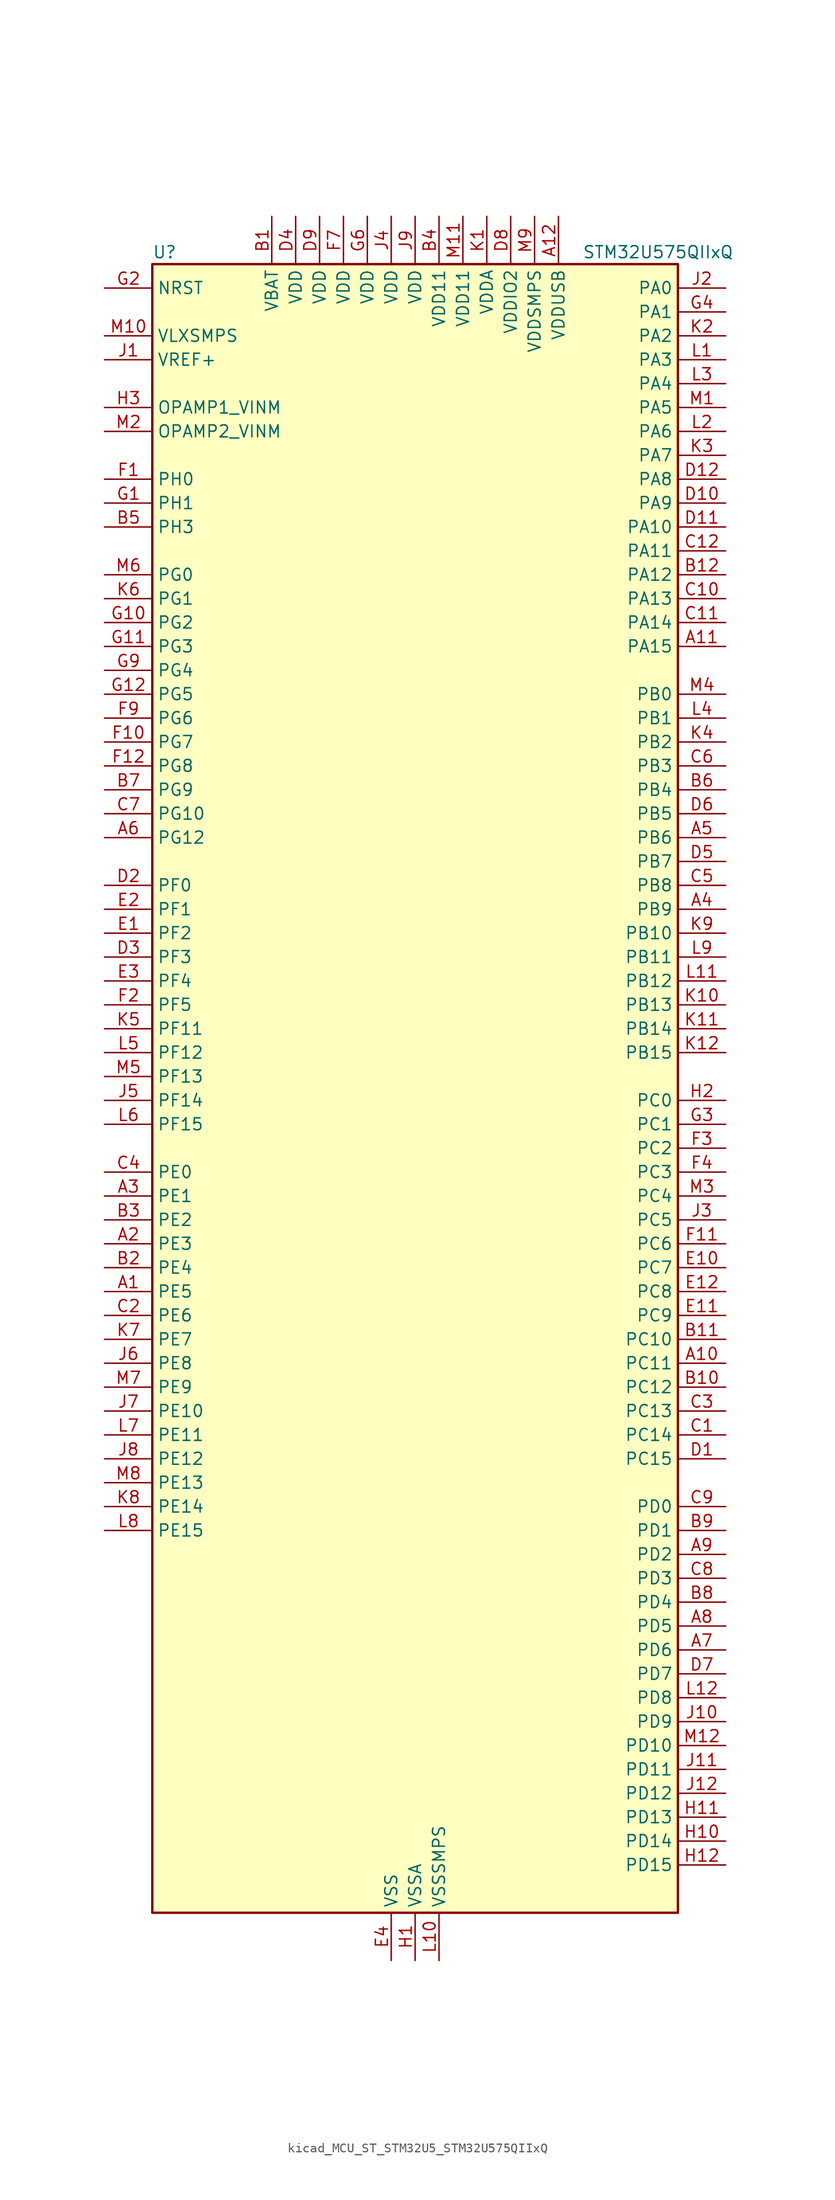
<source format=kicad_sym>
(kicad_symbol_lib
  (version 20220914)
  (generator kicad_symbol_editor)
  (symbol "kicad_MCU_ST_STM32U5_STM32U575QIIxQ"
    (property "Reference" "U"
      (at -27.94 90.17 0)
      (effects (font (size 1.27 1.27)) (justify left)))
    (property "Value" "STM32U575QIIxQ"
      (at 17.78 90.17 0)
      (effects (font (size 1.27 1.27)) (justify left)))
    (property "ki_locked" ""
      (at 0 0 0)
      (effects (font (size 1.27 1.27))))
    (symbol "kicad_MCU_ST_STM32U5_STM32U575QIIxQ_0_1"
      (rectangle (start -27.94 -86.36) (end 27.94 88.9) (stroke (width 0.254) (type default)) (fill (type background))))
    (symbol "kicad_MCU_ST_STM32U5_STM32U575QIIxQ_1_1"
      (pin bidirectional line (at -33.02 -20.32 0) (length 5.08) (name "PE5" (effects (font (size 1.27 1.27)))) (number "A1" (effects (font (size 1.27 1.27)))) (alternate "DCMI_D6" bidirectional line) (alternate "DEBUG_TRACED2" bidirectional line) (alternate "FMC_A21" bidirectional line) (alternate "MDF1_CKI3" bidirectional line) (alternate "PSSI_D6" bidirectional line) (alternate "PWR_WKUP2" bidirectional line) (alternate "SAI1_CK2" bidirectional line) (alternate "SAI1_SCK_A" bidirectional line) (alternate "TAMP_IN8" bidirectional line) (alternate "TAMP_OUT7" bidirectional line) (alternate "TIM3_CH3" bidirectional line) (alternate "TSC_G7_IO4" bidirectional line))
      (pin bidirectional line (at 33.02 -27.94 180) (length 5.08) (name "PC11" (effects (font (size 1.27 1.27)))) (number "A10" (effects (font (size 1.27 1.27)))) (alternate "ADC1_EXTI11" bidirectional line) (alternate "ADF1_SDI0" bidirectional line) (alternate "DCMI_D2" bidirectional line) (alternate "DCMI_D4" bidirectional line) (alternate "LPTIM3_IN1" bidirectional line) (alternate "OCTOSPIM_P1_NCS" bidirectional line) (alternate "PSSI_D2" bidirectional line) (alternate "PSSI_D4" bidirectional line) (alternate "SAI2_MCLK_B" bidirectional line) (alternate "SDMMC1_D3" bidirectional line) (alternate "SPI3_MISO" bidirectional line) (alternate "TSC_G3_IO3" bidirectional line) (alternate "UART4_RX" bidirectional line) (alternate "UCPD1_FRSTX2" bidirectional line) (alternate "USART3_RX" bidirectional line))
      (pin bidirectional line (at 33.02 48.26 180) (length 5.08) (name "PA15" (effects (font (size 1.27 1.27)))) (number "A11" (effects (font (size 1.27 1.27)))) (alternate "ADC1_EXTI15" bidirectional line) (alternate "ADC4_EXTI15" bidirectional line) (alternate "DEBUG_JTDI" bidirectional line) (alternate "SAI2_FS_B" bidirectional line) (alternate "SPI1_NSS" bidirectional line) (alternate "SPI3_NSS" bidirectional line) (alternate "TIM2_CH1" bidirectional line) (alternate "TIM2_ETR" bidirectional line) (alternate "UART4_DE" bidirectional line) (alternate "UART4_RTS" bidirectional line) (alternate "UCPD1_CC1" bidirectional line) (alternate "USART2_RX" bidirectional line) (alternate "USART3_DE" bidirectional line) (alternate "USART3_RTS" bidirectional line))
      (pin power_in line (at 15.24 93.98 270) (length 5.08) (name "VDDUSB" (effects (font (size 1.27 1.27)))) (number "A12" (effects (font (size 1.27 1.27)))))
      (pin bidirectional line (at -33.02 -15.24 0) (length 5.08) (name "PE3" (effects (font (size 1.27 1.27)))) (number "A2" (effects (font (size 1.27 1.27)))) (alternate "DEBUG_TRACED0" bidirectional line) (alternate "FMC_A19" bidirectional line) (alternate "OCTOSPIM_P1_DQS" bidirectional line) (alternate "SAI1_SD_B" bidirectional line) (alternate "TAMP_IN6" bidirectional line) (alternate "TAMP_OUT3" bidirectional line) (alternate "TIM3_CH1" bidirectional line) (alternate "TSC_G7_IO2" bidirectional line))
      (pin bidirectional line (at -33.02 -10.16 0) (length 5.08) (name "PE1" (effects (font (size 1.27 1.27)))) (number "A3" (effects (font (size 1.27 1.27)))) (alternate "DCMI_D3" bidirectional line) (alternate "FMC_NBL1" bidirectional line) (alternate "PSSI_D3" bidirectional line) (alternate "TIM17_CH1" bidirectional line))
      (pin bidirectional line (at 33.02 20.32 180) (length 5.08) (name "PB9" (effects (font (size 1.27 1.27)))) (number "A4" (effects (font (size 1.27 1.27)))) (alternate "DAC1_EXTI9" bidirectional line) (alternate "DCMI_D7" bidirectional line) (alternate "FDCAN1_TX" bidirectional line) (alternate "I2C1_SDA" bidirectional line) (alternate "IR_OUT" bidirectional line) (alternate "PSSI_D7" bidirectional line) (alternate "SAI1_D2" bidirectional line) (alternate "SAI1_FS_A" bidirectional line) (alternate "SDMMC1_CDIR" bidirectional line) (alternate "SDMMC1_D5" bidirectional line) (alternate "SDMMC2_D5" bidirectional line) (alternate "SPI2_NSS" bidirectional line) (alternate "TIM17_CH1" bidirectional line) (alternate "TIM4_CH4" bidirectional line))
      (pin bidirectional line (at 33.02 27.94 180) (length 5.08) (name "PB6" (effects (font (size 1.27 1.27)))) (number "A5" (effects (font (size 1.27 1.27)))) (alternate "COMP2_INP" bidirectional line) (alternate "DCMI_D5" bidirectional line) (alternate "I2C1_SCL" bidirectional line) (alternate "I2C4_SCL" bidirectional line) (alternate "LPTIM1_ETR" bidirectional line) (alternate "MDF1_SDI5" bidirectional line) (alternate "PSSI_D5" bidirectional line) (alternate "PWR_WKUP3" bidirectional line) (alternate "SAI1_FS_B" bidirectional line) (alternate "TIM16_CH1N" bidirectional line) (alternate "TIM4_CH1" bidirectional line) (alternate "TIM8_BKIN2" bidirectional line) (alternate "TSC_G2_IO3" bidirectional line) (alternate "USART1_TX" bidirectional line))
      (pin bidirectional line (at -33.02 27.94 0) (length 5.08) (name "PG12" (effects (font (size 1.27 1.27)))) (number "A6" (effects (font (size 1.27 1.27)))) (alternate "FMC_NE4" bidirectional line) (alternate "LPTIM1_ETR" bidirectional line) (alternate "OCTOSPIM_P2_NCS" bidirectional line) (alternate "SAI2_SD_A" bidirectional line) (alternate "SPI3_NSS" bidirectional line) (alternate "USART1_DE" bidirectional line) (alternate "USART1_RTS" bidirectional line))
      (pin bidirectional line (at 33.02 -58.42 180) (length 5.08) (name "PD6" (effects (font (size 1.27 1.27)))) (number "A7" (effects (font (size 1.27 1.27)))) (alternate "DCMI_D10" bidirectional line) (alternate "FMC_NWAIT" bidirectional line) (alternate "MDF1_SDI1" bidirectional line) (alternate "OCTOSPIM_P1_IO6" bidirectional line) (alternate "PSSI_D10" bidirectional line) (alternate "SAI1_D1" bidirectional line) (alternate "SAI1_SD_A" bidirectional line) (alternate "SDMMC2_CK" bidirectional line) (alternate "SPI3_MOSI" bidirectional line) (alternate "USART2_RX" bidirectional line))
      (pin bidirectional line (at 33.02 -55.88 180) (length 5.08) (name "PD5" (effects (font (size 1.27 1.27)))) (number "A8" (effects (font (size 1.27 1.27)))) (alternate "FMC_NWE" bidirectional line) (alternate "OCTOSPIM_P1_IO5" bidirectional line) (alternate "SPI2_RDY" bidirectional line) (alternate "USART2_TX" bidirectional line))
      (pin bidirectional line (at 33.02 -48.26 180) (length 5.08) (name "PD2" (effects (font (size 1.27 1.27)))) (number "A9" (effects (font (size 1.27 1.27)))) (alternate "DCMI_D11" bidirectional line) (alternate "DEBUG_TRACED2" bidirectional line) (alternate "LPTIM4_ETR" bidirectional line) (alternate "PSSI_D11" bidirectional line) (alternate "SDMMC1_CMD" bidirectional line) (alternate "TIM3_ETR" bidirectional line) (alternate "TSC_SYNC" bidirectional line) (alternate "UART5_RX" bidirectional line) (alternate "USART3_DE" bidirectional line) (alternate "USART3_RTS" bidirectional line))
      (pin power_in line (at -15.24 93.98 270) (length 5.08) (name "VBAT" (effects (font (size 1.27 1.27)))) (number "B1" (effects (font (size 1.27 1.27)))))
      (pin bidirectional line (at 33.02 -30.48 180) (length 5.08) (name "PC12" (effects (font (size 1.27 1.27)))) (number "B10" (effects (font (size 1.27 1.27)))) (alternate "DCMI_D9" bidirectional line) (alternate "DEBUG_TRACED3" bidirectional line) (alternate "PSSI_D9" bidirectional line) (alternate "SAI2_SD_B" bidirectional line) (alternate "SDMMC1_CK" bidirectional line) (alternate "SPI3_MOSI" bidirectional line) (alternate "TSC_G3_IO4" bidirectional line) (alternate "UART5_TX" bidirectional line) (alternate "USART3_CK" bidirectional line))
      (pin bidirectional line (at 33.02 -25.4 180) (length 5.08) (name "PC10" (effects (font (size 1.27 1.27)))) (number "B11" (effects (font (size 1.27 1.27)))) (alternate "ADF1_CCK1" bidirectional line) (alternate "DCMI_D8" bidirectional line) (alternate "DEBUG_TRACED1" bidirectional line) (alternate "LPTIM3_ETR" bidirectional line) (alternate "PSSI_D8" bidirectional line) (alternate "SAI2_SCK_B" bidirectional line) (alternate "SDMMC1_D2" bidirectional line) (alternate "SPI3_SCK" bidirectional line) (alternate "TSC_G3_IO2" bidirectional line) (alternate "UART4_TX" bidirectional line) (alternate "USART3_TX" bidirectional line))
      (pin bidirectional line (at 33.02 55.88 180) (length 5.08) (name "PA12" (effects (font (size 1.27 1.27)))) (number "B12" (effects (font (size 1.27 1.27)))) (alternate "FDCAN1_TX" bidirectional line) (alternate "OCTOSPIM_P2_NCS" bidirectional line) (alternate "SPI1_MOSI" bidirectional line) (alternate "TIM1_ETR" bidirectional line) (alternate "USART1_DE" bidirectional line) (alternate "USART1_RTS" bidirectional line) (alternate "USB_OTG_FS_DP" bidirectional line))
      (pin bidirectional line (at -33.02 -17.78 0) (length 5.08) (name "PE4" (effects (font (size 1.27 1.27)))) (number "B2" (effects (font (size 1.27 1.27)))) (alternate "DCMI_D4" bidirectional line) (alternate "DEBUG_TRACED1" bidirectional line) (alternate "FMC_A20" bidirectional line) (alternate "MDF1_SDI3" bidirectional line) (alternate "PSSI_D4" bidirectional line) (alternate "PWR_WKUP1" bidirectional line) (alternate "SAI1_D2" bidirectional line) (alternate "SAI1_FS_A" bidirectional line) (alternate "TAMP_IN7" bidirectional line) (alternate "TAMP_OUT8" bidirectional line) (alternate "TIM3_CH2" bidirectional line) (alternate "TSC_G7_IO3" bidirectional line))
      (pin bidirectional line (at -33.02 -12.7 0) (length 5.08) (name "PE2" (effects (font (size 1.27 1.27)))) (number "B3" (effects (font (size 1.27 1.27)))) (alternate "DEBUG_TRACECLK" bidirectional line) (alternate "FMC_A23" bidirectional line) (alternate "SAI1_CK1" bidirectional line) (alternate "SAI1_MCLK_A" bidirectional line) (alternate "TIM3_ETR" bidirectional line) (alternate "TSC_G7_IO1" bidirectional line))
      (pin power_in line (at 2.54 93.98 270) (length 5.08) (name "VDD11" (effects (font (size 1.27 1.27)))) (number "B4" (effects (font (size 1.27 1.27)))))
      (pin bidirectional line (at -33.02 60.96 0) (length 5.08) (name "PH3" (effects (font (size 1.27 1.27)))) (number "B5" (effects (font (size 1.27 1.27)))))
      (pin bidirectional line (at 33.02 33.02 180) (length 5.08) (name "PB4" (effects (font (size 1.27 1.27)))) (number "B6" (effects (font (size 1.27 1.27)))) (alternate "ADF1_SDI0" bidirectional line) (alternate "COMP2_INP" bidirectional line) (alternate "DCMI_D12" bidirectional line) (alternate "DEBUG_JTRST" bidirectional line) (alternate "I2C3_SDA" bidirectional line) (alternate "LPTIM1_CH2" bidirectional line) (alternate "PSSI_D12" bidirectional line) (alternate "SAI1_MCLK_B" bidirectional line) (alternate "SDMMC2_D3" bidirectional line) (alternate "SPI1_MISO" bidirectional line) (alternate "SPI3_MISO" bidirectional line) (alternate "TIM17_BKIN" bidirectional line) (alternate "TIM3_CH1" bidirectional line) (alternate "TSC_G2_IO1" bidirectional line) (alternate "UART5_DE" bidirectional line) (alternate "UART5_RTS" bidirectional line) (alternate "USART1_CTS" bidirectional line))
      (pin bidirectional line (at -33.02 33.02 0) (length 5.08) (name "PG9" (effects (font (size 1.27 1.27)))) (number "B7" (effects (font (size 1.27 1.27)))) (alternate "DAC1_EXTI9" bidirectional line) (alternate "FMC_NCE" bidirectional line) (alternate "FMC_NE2" bidirectional line) (alternate "OCTOSPIM_P2_IO6" bidirectional line) (alternate "SAI2_SCK_A" bidirectional line) (alternate "SPI3_SCK" bidirectional line) (alternate "TIM15_CH1N" bidirectional line) (alternate "USART1_TX" bidirectional line))
      (pin bidirectional line (at 33.02 -53.34 180) (length 5.08) (name "PD4" (effects (font (size 1.27 1.27)))) (number "B8" (effects (font (size 1.27 1.27)))) (alternate "FMC_NOE" bidirectional line) (alternate "MDF1_CKI0" bidirectional line) (alternate "OCTOSPIM_P1_IO4" bidirectional line) (alternate "SPI2_MOSI" bidirectional line) (alternate "USART2_DE" bidirectional line) (alternate "USART2_RTS" bidirectional line))
      (pin bidirectional line (at 33.02 -45.72 180) (length 5.08) (name "PD1" (effects (font (size 1.27 1.27)))) (number "B9" (effects (font (size 1.27 1.27)))) (alternate "FDCAN1_TX" bidirectional line) (alternate "FMC_D3" bidirectional line) (alternate "FMC_DA3" bidirectional line) (alternate "SPI2_SCK" bidirectional line))
      (pin bidirectional line (at 33.02 -35.56 180) (length 5.08) (name "PC14" (effects (font (size 1.27 1.27)))) (number "C1" (effects (font (size 1.27 1.27)))) (alternate "RCC_OSC32_IN" bidirectional line))
      (pin bidirectional line (at 33.02 53.34 180) (length 5.08) (name "PA13" (effects (font (size 1.27 1.27)))) (number "C10" (effects (font (size 1.27 1.27)))) (alternate "DEBUG_JTMS-SWDIO" bidirectional line) (alternate "IR_OUT" bidirectional line) (alternate "SAI1_SD_B" bidirectional line) (alternate "USB_OTG_FS_NOE" bidirectional line))
      (pin bidirectional line (at 33.02 50.8 180) (length 5.08) (name "PA14" (effects (font (size 1.27 1.27)))) (number "C11" (effects (font (size 1.27 1.27)))) (alternate "DEBUG_JTCK-SWCLK" bidirectional line) (alternate "I2C1_SMBA" bidirectional line) (alternate "I2C4_SMBA" bidirectional line) (alternate "LPTIM1_CH1" bidirectional line) (alternate "SAI1_FS_B" bidirectional line) (alternate "USB_OTG_FS_SOF" bidirectional line))
      (pin bidirectional line (at 33.02 58.42 180) (length 5.08) (name "PA11" (effects (font (size 1.27 1.27)))) (number "C12" (effects (font (size 1.27 1.27)))) (alternate "ADC1_EXTI11" bidirectional line) (alternate "FDCAN1_RX" bidirectional line) (alternate "SPI1_MISO" bidirectional line) (alternate "TIM1_BKIN2" bidirectional line) (alternate "TIM1_CH4" bidirectional line) (alternate "USART1_CTS" bidirectional line) (alternate "USB_OTG_FS_DM" bidirectional line))
      (pin bidirectional line (at -33.02 -22.86 0) (length 5.08) (name "PE6" (effects (font (size 1.27 1.27)))) (number "C2" (effects (font (size 1.27 1.27)))) (alternate "DCMI_D7" bidirectional line) (alternate "DEBUG_TRACED3" bidirectional line) (alternate "FMC_A22" bidirectional line) (alternate "PSSI_D7" bidirectional line) (alternate "PWR_WKUP3" bidirectional line) (alternate "SAI1_D1" bidirectional line) (alternate "SAI1_SD_A" bidirectional line) (alternate "TAMP_IN3" bidirectional line) (alternate "TAMP_OUT6" bidirectional line) (alternate "TIM3_CH4" bidirectional line))
      (pin bidirectional line (at 33.02 -33.02 180) (length 5.08) (name "PC13" (effects (font (size 1.27 1.27)))) (number "C3" (effects (font (size 1.27 1.27)))) (alternate "PWR_WKUP2" bidirectional line) (alternate "RTC_OUT1" bidirectional line) (alternate "RTC_TS" bidirectional line) (alternate "TAMP_IN1" bidirectional line) (alternate "TAMP_OUT2" bidirectional line))
      (pin bidirectional line (at -33.02 -7.62 0) (length 5.08) (name "PE0" (effects (font (size 1.27 1.27)))) (number "C4" (effects (font (size 1.27 1.27)))) (alternate "DCMI_D2" bidirectional line) (alternate "FMC_NBL0" bidirectional line) (alternate "PSSI_D2" bidirectional line) (alternate "TIM16_CH1" bidirectional line) (alternate "TIM4_ETR" bidirectional line))
      (pin bidirectional line (at 33.02 22.86 180) (length 5.08) (name "PB8" (effects (font (size 1.27 1.27)))) (number "C5" (effects (font (size 1.27 1.27)))) (alternate "DCMI_D6" bidirectional line) (alternate "FDCAN1_RX" bidirectional line) (alternate "I2C1_SCL" bidirectional line) (alternate "MDF1_CCK0" bidirectional line) (alternate "PSSI_D6" bidirectional line) (alternate "PWR_WKUP5" bidirectional line) (alternate "SAI1_CK1" bidirectional line) (alternate "SAI1_MCLK_A" bidirectional line) (alternate "SDMMC1_CKIN" bidirectional line) (alternate "SDMMC1_D4" bidirectional line) (alternate "SDMMC2_D4" bidirectional line) (alternate "SPI3_RDY" bidirectional line) (alternate "TIM16_CH1" bidirectional line) (alternate "TIM4_CH3" bidirectional line))
      (pin bidirectional line (at 33.02 35.56 180) (length 5.08) (name "PB3" (effects (font (size 1.27 1.27)))) (number "C6" (effects (font (size 1.27 1.27)))) (alternate "ADF1_CCK0" bidirectional line) (alternate "COMP2_INM" bidirectional line) (alternate "CRS_SYNC" bidirectional line) (alternate "DEBUG_JTDO-SWO" bidirectional line) (alternate "I2C1_SDA" bidirectional line) (alternate "LPTIM1_CH1" bidirectional line) (alternate "SAI1_SCK_B" bidirectional line) (alternate "SDMMC2_D2" bidirectional line) (alternate "SPI1_SCK" bidirectional line) (alternate "SPI3_SCK" bidirectional line) (alternate "TIM2_CH2" bidirectional line) (alternate "USART1_DE" bidirectional line) (alternate "USART1_RTS" bidirectional line))
      (pin bidirectional line (at -33.02 30.48 0) (length 5.08) (name "PG10" (effects (font (size 1.27 1.27)))) (number "C7" (effects (font (size 1.27 1.27)))) (alternate "FMC_NE3" bidirectional line) (alternate "LPTIM1_IN1" bidirectional line) (alternate "OCTOSPIM_P2_IO7" bidirectional line) (alternate "SAI2_FS_A" bidirectional line) (alternate "SPI3_MISO" bidirectional line) (alternate "TIM15_CH1" bidirectional line) (alternate "USART1_RX" bidirectional line))
      (pin bidirectional line (at 33.02 -50.8 180) (length 5.08) (name "PD3" (effects (font (size 1.27 1.27)))) (number "C8" (effects (font (size 1.27 1.27)))) (alternate "DCMI_D5" bidirectional line) (alternate "FMC_CLK" bidirectional line) (alternate "MDF1_SDI0" bidirectional line) (alternate "OCTOSPIM_P2_NCS" bidirectional line) (alternate "PSSI_D5" bidirectional line) (alternate "SPI2_MISO" bidirectional line) (alternate "SPI2_SCK" bidirectional line) (alternate "USART2_CTS" bidirectional line))
      (pin bidirectional line (at 33.02 -43.18 180) (length 5.08) (name "PD0" (effects (font (size 1.27 1.27)))) (number "C9" (effects (font (size 1.27 1.27)))) (alternate "FDCAN1_RX" bidirectional line) (alternate "FMC_D2" bidirectional line) (alternate "FMC_DA2" bidirectional line) (alternate "SPI2_NSS" bidirectional line) (alternate "TIM8_CH4N" bidirectional line))
      (pin bidirectional line (at 33.02 -38.1 180) (length 5.08) (name "PC15" (effects (font (size 1.27 1.27)))) (number "D1" (effects (font (size 1.27 1.27)))) (alternate "ADC1_EXTI15" bidirectional line) (alternate "ADC4_EXTI15" bidirectional line) (alternate "RCC_OSC32_OUT" bidirectional line))
      (pin bidirectional line (at 33.02 63.5 180) (length 5.08) (name "PA9" (effects (font (size 1.27 1.27)))) (number "D10" (effects (font (size 1.27 1.27)))) (alternate "DAC1_EXTI9" bidirectional line) (alternate "DCMI_D0" bidirectional line) (alternate "PSSI_D0" bidirectional line) (alternate "SAI1_FS_A" bidirectional line) (alternate "SPI2_SCK" bidirectional line) (alternate "TIM15_BKIN" bidirectional line) (alternate "TIM1_CH2" bidirectional line) (alternate "USART1_TX" bidirectional line) (alternate "USB_OTG_FS_VBUS" bidirectional line))
      (pin bidirectional line (at 33.02 60.96 180) (length 5.08) (name "PA10" (effects (font (size 1.27 1.27)))) (number "D11" (effects (font (size 1.27 1.27)))) (alternate "CRS_SYNC" bidirectional line) (alternate "DCMI_D1" bidirectional line) (alternate "LPTIM2_IN2" bidirectional line) (alternate "PSSI_D1" bidirectional line) (alternate "SAI1_D1" bidirectional line) (alternate "SAI1_SD_A" bidirectional line) (alternate "TIM17_BKIN" bidirectional line) (alternate "TIM1_CH3" bidirectional line) (alternate "USART1_RX" bidirectional line) (alternate "USB_OTG_FS_ID" bidirectional line))
      (pin bidirectional line (at 33.02 66.04 180) (length 5.08) (name "PA8" (effects (font (size 1.27 1.27)))) (number "D12" (effects (font (size 1.27 1.27)))) (alternate "DEBUG_TRACECLK" bidirectional line) (alternate "LPTIM2_CH1" bidirectional line) (alternate "RCC_MCO" bidirectional line) (alternate "SAI1_CK2" bidirectional line) (alternate "SAI1_SCK_A" bidirectional line) (alternate "SPI1_RDY" bidirectional line) (alternate "TIM1_CH1" bidirectional line) (alternate "USART1_CK" bidirectional line) (alternate "USB_OTG_FS_SOF" bidirectional line))
      (pin bidirectional line (at -33.02 22.86 0) (length 5.08) (name "PF0" (effects (font (size 1.27 1.27)))) (number "D2" (effects (font (size 1.27 1.27)))) (alternate "FMC_A0" bidirectional line) (alternate "I2C2_SDA" bidirectional line) (alternate "OCTOSPIM_P2_IO0" bidirectional line))
      (pin bidirectional line (at -33.02 15.24 0) (length 5.08) (name "PF3" (effects (font (size 1.27 1.27)))) (number "D3" (effects (font (size 1.27 1.27)))) (alternate "FMC_A3" bidirectional line) (alternate "LPTIM3_IN1" bidirectional line) (alternate "OCTOSPIM_P2_IO3" bidirectional line))
      (pin power_in line (at -12.7 93.98 270) (length 5.08) (name "VDD" (effects (font (size 1.27 1.27)))) (number "D4" (effects (font (size 1.27 1.27)))))
      (pin bidirectional line (at 33.02 25.4 180) (length 5.08) (name "PB7" (effects (font (size 1.27 1.27)))) (number "D5" (effects (font (size 1.27 1.27)))) (alternate "COMP2_INM" bidirectional line) (alternate "DCMI_VSYNC" bidirectional line) (alternate "FMC_NL" bidirectional line) (alternate "I2C1_SDA" bidirectional line) (alternate "I2C4_SDA" bidirectional line) (alternate "LPTIM1_IN2" bidirectional line) (alternate "MDF1_CKI5" bidirectional line) (alternate "PSSI_RDY" bidirectional line) (alternate "PWR_PVD_IN" bidirectional line) (alternate "PWR_WKUP4" bidirectional line) (alternate "TIM17_CH1N" bidirectional line) (alternate "TIM4_CH2" bidirectional line) (alternate "TIM8_BKIN" bidirectional line) (alternate "TSC_G2_IO4" bidirectional line) (alternate "UART4_CTS" bidirectional line) (alternate "USART1_RX" bidirectional line))
      (pin bidirectional line (at 33.02 30.48 180) (length 5.08) (name "PB5" (effects (font (size 1.27 1.27)))) (number "D6" (effects (font (size 1.27 1.27)))) (alternate "COMP2_OUT" bidirectional line) (alternate "DCMI_D10" bidirectional line) (alternate "I2C1_SMBA" bidirectional line) (alternate "LPTIM1_IN1" bidirectional line) (alternate "OCTOSPIM_P1_NCLK" bidirectional line) (alternate "PSSI_D10" bidirectional line) (alternate "PWR_WKUP6" bidirectional line) (alternate "SAI1_SD_B" bidirectional line) (alternate "SPI1_MOSI" bidirectional line) (alternate "SPI3_MOSI" bidirectional line) (alternate "TIM16_BKIN" bidirectional line) (alternate "TIM3_CH2" bidirectional line) (alternate "TSC_G2_IO2" bidirectional line) (alternate "UART5_CTS" bidirectional line) (alternate "UCPD1_DBCC1" bidirectional line) (alternate "USART1_CK" bidirectional line))
      (pin bidirectional line (at 33.02 -60.96 180) (length 5.08) (name "PD7" (effects (font (size 1.27 1.27)))) (number "D7" (effects (font (size 1.27 1.27)))) (alternate "FMC_NCE" bidirectional line) (alternate "FMC_NE1" bidirectional line) (alternate "LPTIM4_OUT" bidirectional line) (alternate "MDF1_CKI1" bidirectional line) (alternate "OCTOSPIM_P1_IO7" bidirectional line) (alternate "SDMMC2_CMD" bidirectional line) (alternate "USART2_CK" bidirectional line))
      (pin power_in line (at 10.16 93.98 270) (length 5.08) (name "VDDIO2" (effects (font (size 1.27 1.27)))) (number "D8" (effects (font (size 1.27 1.27)))))
      (pin power_in line (at -10.16 93.98 270) (length 5.08) (name "VDD" (effects (font (size 1.27 1.27)))) (number "D9" (effects (font (size 1.27 1.27)))))
      (pin bidirectional line (at -33.02 17.78 0) (length 5.08) (name "PF2" (effects (font (size 1.27 1.27)))) (number "E1" (effects (font (size 1.27 1.27)))) (alternate "FMC_A2" bidirectional line) (alternate "I2C2_SMBA" bidirectional line) (alternate "LPTIM3_CH2" bidirectional line) (alternate "OCTOSPIM_P2_IO2" bidirectional line) (alternate "PWR_WKUP8" bidirectional line))
      (pin bidirectional line (at 33.02 -17.78 180) (length 5.08) (name "PC7" (effects (font (size 1.27 1.27)))) (number "E10" (effects (font (size 1.27 1.27)))) (alternate "DCMI_D1" bidirectional line) (alternate "LPTIM2_CH2" bidirectional line) (alternate "MDF1_SDI3" bidirectional line) (alternate "PSSI_D1" bidirectional line) (alternate "PWR_CDSTOP" bidirectional line) (alternate "SAI2_MCLK_B" bidirectional line) (alternate "SDMMC1_D123DIR" bidirectional line) (alternate "SDMMC1_D7" bidirectional line) (alternate "SDMMC2_D7" bidirectional line) (alternate "TIM3_CH2" bidirectional line) (alternate "TIM8_CH2" bidirectional line) (alternate "TSC_G4_IO2" bidirectional line))
      (pin bidirectional line (at 33.02 -22.86 180) (length 5.08) (name "PC9" (effects (font (size 1.27 1.27)))) (number "E11" (effects (font (size 1.27 1.27)))) (alternate "DAC1_EXTI9" bidirectional line) (alternate "DCMI_D3" bidirectional line) (alternate "DEBUG_TRACED0" bidirectional line) (alternate "LPTIM3_CH2" bidirectional line) (alternate "PSSI_D3" bidirectional line) (alternate "SDMMC1_D1" bidirectional line) (alternate "TIM3_CH4" bidirectional line) (alternate "TIM8_BKIN2" bidirectional line) (alternate "TIM8_CH4" bidirectional line) (alternate "TSC_G4_IO4" bidirectional line) (alternate "USB_OTG_FS_NOE" bidirectional line))
      (pin bidirectional line (at 33.02 -20.32 180) (length 5.08) (name "PC8" (effects (font (size 1.27 1.27)))) (number "E12" (effects (font (size 1.27 1.27)))) (alternate "DCMI_D2" bidirectional line) (alternate "LPTIM3_CH1" bidirectional line) (alternate "PSSI_D2" bidirectional line) (alternate "PWR_SRDSTOP" bidirectional line) (alternate "SDMMC1_D0" bidirectional line) (alternate "TIM3_CH3" bidirectional line) (alternate "TIM8_CH3" bidirectional line) (alternate "TSC_G4_IO3" bidirectional line))
      (pin bidirectional line (at -33.02 20.32 0) (length 5.08) (name "PF1" (effects (font (size 1.27 1.27)))) (number "E2" (effects (font (size 1.27 1.27)))) (alternate "FMC_A1" bidirectional line) (alternate "I2C2_SCL" bidirectional line) (alternate "OCTOSPIM_P2_IO1" bidirectional line))
      (pin bidirectional line (at -33.02 12.7 0) (length 5.08) (name "PF4" (effects (font (size 1.27 1.27)))) (number "E3" (effects (font (size 1.27 1.27)))) (alternate "FMC_A4" bidirectional line) (alternate "LPTIM3_ETR" bidirectional line) (alternate "OCTOSPIM_P2_CLK" bidirectional line))
      (pin power_in line (at -2.54 -91.44 90) (length 5.08) (name "VSS" (effects (font (size 1.27 1.27)))) (number "E4" (effects (font (size 1.27 1.27)))))
      (pin passive line (at -2.54 -91.44 90) (length 5.08) hide (name "VSS" (effects (font (size 1.27 1.27)))) (number "E9" (effects (font (size 1.27 1.27)))))
      (pin bidirectional line (at -33.02 66.04 0) (length 5.08) (name "PH0" (effects (font (size 1.27 1.27)))) (number "F1" (effects (font (size 1.27 1.27)))) (alternate "RCC_OSC_IN" bidirectional line))
      (pin bidirectional line (at -33.02 38.1 0) (length 5.08) (name "PG7" (effects (font (size 1.27 1.27)))) (number "F10" (effects (font (size 1.27 1.27)))) (alternate "FMC_INT" bidirectional line) (alternate "I2C3_SCL" bidirectional line) (alternate "LPUART1_TX" bidirectional line) (alternate "MDF1_CCK0" bidirectional line) (alternate "OCTOSPIM_P2_DQS" bidirectional line) (alternate "SAI1_CK1" bidirectional line) (alternate "SAI1_MCLK_A" bidirectional line) (alternate "UCPD1_FRSTX2" bidirectional line))
      (pin bidirectional line (at 33.02 -15.24 180) (length 5.08) (name "PC6" (effects (font (size 1.27 1.27)))) (number "F11" (effects (font (size 1.27 1.27)))) (alternate "DCMI_D0" bidirectional line) (alternate "MDF1_CKI3" bidirectional line) (alternate "PSSI_D0" bidirectional line) (alternate "PWR_CSLEEP" bidirectional line) (alternate "SAI2_MCLK_A" bidirectional line) (alternate "SDMMC1_D0DIR" bidirectional line) (alternate "SDMMC1_D6" bidirectional line) (alternate "SDMMC2_D6" bidirectional line) (alternate "TIM3_CH1" bidirectional line) (alternate "TIM8_CH1" bidirectional line) (alternate "TSC_G4_IO1" bidirectional line))
      (pin bidirectional line (at -33.02 35.56 0) (length 5.08) (name "PG8" (effects (font (size 1.27 1.27)))) (number "F12" (effects (font (size 1.27 1.27)))) (alternate "I2C3_SDA" bidirectional line) (alternate "LPUART1_RX" bidirectional line))
      (pin bidirectional line (at -33.02 10.16 0) (length 5.08) (name "PF5" (effects (font (size 1.27 1.27)))) (number "F2" (effects (font (size 1.27 1.27)))) (alternate "FMC_A5" bidirectional line) (alternate "LPTIM3_CH1" bidirectional line) (alternate "OCTOSPIM_P2_NCLK" bidirectional line))
      (pin bidirectional line (at 33.02 -5.08 180) (length 5.08) (name "PC2" (effects (font (size 1.27 1.27)))) (number "F3" (effects (font (size 1.27 1.27)))) (alternate "ADC1_IN3" bidirectional line) (alternate "ADC4_IN3" bidirectional line) (alternate "LPTIM1_IN2" bidirectional line) (alternate "MDF1_CCK1" bidirectional line) (alternate "OCTOSPIM_P1_IO5" bidirectional line) (alternate "SPI2_MISO" bidirectional line))
      (pin bidirectional line (at 33.02 -7.62 180) (length 5.08) (name "PC3" (effects (font (size 1.27 1.27)))) (number "F4" (effects (font (size 1.27 1.27)))) (alternate "ADC1_IN4" bidirectional line) (alternate "ADC4_IN4" bidirectional line) (alternate "LPTIM1_ETR" bidirectional line) (alternate "LPTIM2_ETR" bidirectional line) (alternate "LPTIM3_CH1" bidirectional line) (alternate "OCTOSPIM_P1_IO6" bidirectional line) (alternate "SAI1_D1" bidirectional line) (alternate "SAI1_SD_A" bidirectional line) (alternate "SPI2_MOSI" bidirectional line))
      (pin passive line (at -2.54 -91.44 90) (length 5.08) hide (name "VSS" (effects (font (size 1.27 1.27)))) (number "F6" (effects (font (size 1.27 1.27)))))
      (pin power_in line (at -7.62 93.98 270) (length 5.08) (name "VDD" (effects (font (size 1.27 1.27)))) (number "F7" (effects (font (size 1.27 1.27)))))
      (pin bidirectional line (at -33.02 40.64 0) (length 5.08) (name "PG6" (effects (font (size 1.27 1.27)))) (number "F9" (effects (font (size 1.27 1.27)))) (alternate "I2C3_SMBA" bidirectional line) (alternate "LPUART1_DE" bidirectional line) (alternate "LPUART1_RTS" bidirectional line) (alternate "OCTOSPIM_P1_DQS" bidirectional line) (alternate "SPI1_RDY" bidirectional line) (alternate "UCPD1_FRSTX1" bidirectional line))
      (pin bidirectional line (at -33.02 63.5 0) (length 5.08) (name "PH1" (effects (font (size 1.27 1.27)))) (number "G1" (effects (font (size 1.27 1.27)))) (alternate "RCC_OSC_OUT" bidirectional line))
      (pin bidirectional line (at -33.02 50.8 0) (length 5.08) (name "PG2" (effects (font (size 1.27 1.27)))) (number "G10" (effects (font (size 1.27 1.27)))) (alternate "FMC_A12" bidirectional line) (alternate "SAI2_SCK_B" bidirectional line) (alternate "SPI1_SCK" bidirectional line))
      (pin bidirectional line (at -33.02 48.26 0) (length 5.08) (name "PG3" (effects (font (size 1.27 1.27)))) (number "G11" (effects (font (size 1.27 1.27)))) (alternate "FMC_A13" bidirectional line) (alternate "SAI2_FS_B" bidirectional line) (alternate "SPI1_MISO" bidirectional line))
      (pin bidirectional line (at -33.02 43.18 0) (length 5.08) (name "PG5" (effects (font (size 1.27 1.27)))) (number "G12" (effects (font (size 1.27 1.27)))) (alternate "FMC_A15" bidirectional line) (alternate "LPUART1_CTS" bidirectional line) (alternate "SAI2_SD_B" bidirectional line) (alternate "SPI1_NSS" bidirectional line))
      (pin input line (at -33.02 86.36 0) (length 5.08) (name "NRST" (effects (font (size 1.27 1.27)))) (number "G2" (effects (font (size 1.27 1.27)))))
      (pin bidirectional line (at 33.02 -2.54 180) (length 5.08) (name "PC1" (effects (font (size 1.27 1.27)))) (number "G3" (effects (font (size 1.27 1.27)))) (alternate "ADC1_IN2" bidirectional line) (alternate "ADC4_IN2" bidirectional line) (alternate "DEBUG_TRACED0" bidirectional line) (alternate "I2C3_SDA" bidirectional line) (alternate "LPTIM1_CH1" bidirectional line) (alternate "LPUART1_TX" bidirectional line) (alternate "MDF1_CKI4" bidirectional line) (alternate "OCTOSPIM_P1_IO4" bidirectional line) (alternate "SAI1_SD_A" bidirectional line) (alternate "SDMMC2_CK" bidirectional line) (alternate "SPI2_MOSI" bidirectional line))
      (pin bidirectional line (at 33.02 83.82 180) (length 5.08) (name "PA1" (effects (font (size 1.27 1.27)))) (number "G4" (effects (font (size 1.27 1.27)))) (alternate "ADC1_IN6" bidirectional line) (alternate "I2C1_SMBA" bidirectional line) (alternate "LPTIM1_CH2" bidirectional line) (alternate "OCTOSPIM_P1_DQS" bidirectional line) (alternate "OPAMP1_VINM" bidirectional line) (alternate "PWR_WKUP3" bidirectional line) (alternate "SPI1_SCK" bidirectional line) (alternate "TAMP_IN5" bidirectional line) (alternate "TAMP_OUT4" bidirectional line) (alternate "TIM15_CH1N" bidirectional line) (alternate "TIM2_CH2" bidirectional line) (alternate "TIM5_CH2" bidirectional line) (alternate "UART4_RX" bidirectional line) (alternate "USART2_DE" bidirectional line) (alternate "USART2_RTS" bidirectional line))
      (pin power_in line (at -5.08 93.98 270) (length 5.08) (name "VDD" (effects (font (size 1.27 1.27)))) (number "G6" (effects (font (size 1.27 1.27)))))
      (pin passive line (at -2.54 -91.44 90) (length 5.08) hide (name "VSS" (effects (font (size 1.27 1.27)))) (number "G7" (effects (font (size 1.27 1.27)))))
      (pin bidirectional line (at -33.02 45.72 0) (length 5.08) (name "PG4" (effects (font (size 1.27 1.27)))) (number "G9" (effects (font (size 1.27 1.27)))) (alternate "FMC_A14" bidirectional line) (alternate "SAI2_MCLK_B" bidirectional line) (alternate "SPI1_MOSI" bidirectional line))
      (pin power_in line (at 0 -91.44 90) (length 5.08) (name "VSSA" (effects (font (size 1.27 1.27)))) (number "H1" (effects (font (size 1.27 1.27)))))
      (pin bidirectional line (at 33.02 -78.74 180) (length 5.08) (name "PD14" (effects (font (size 1.27 1.27)))) (number "H10" (effects (font (size 1.27 1.27)))) (alternate "FMC_D0" bidirectional line) (alternate "FMC_DA0" bidirectional line) (alternate "LPTIM3_CH1" bidirectional line) (alternate "TIM4_CH3" bidirectional line))
      (pin bidirectional line (at 33.02 -76.2 180) (length 5.08) (name "PD13" (effects (font (size 1.27 1.27)))) (number "H11" (effects (font (size 1.27 1.27)))) (alternate "ADC4_IN17" bidirectional line) (alternate "FMC_A18" bidirectional line) (alternate "I2C4_SDA" bidirectional line) (alternate "LPTIM2_CH1" bidirectional line) (alternate "LPTIM4_IN1" bidirectional line) (alternate "TIM4_CH2" bidirectional line) (alternate "TSC_G6_IO4" bidirectional line))
      (pin bidirectional line (at 33.02 -81.28 180) (length 5.08) (name "PD15" (effects (font (size 1.27 1.27)))) (number "H12" (effects (font (size 1.27 1.27)))) (alternate "ADC1_EXTI15" bidirectional line) (alternate "ADC4_EXTI15" bidirectional line) (alternate "FMC_D1" bidirectional line) (alternate "FMC_DA1" bidirectional line) (alternate "LPTIM3_CH2" bidirectional line) (alternate "TIM4_CH4" bidirectional line))
      (pin bidirectional line (at 33.02 0 180) (length 5.08) (name "PC0" (effects (font (size 1.27 1.27)))) (number "H2" (effects (font (size 1.27 1.27)))) (alternate "ADC1_IN1" bidirectional line) (alternate "ADC4_IN1" bidirectional line) (alternate "I2C3_SCL" bidirectional line) (alternate "LPTIM1_IN1" bidirectional line) (alternate "LPTIM2_IN1" bidirectional line) (alternate "LPUART1_RX" bidirectional line) (alternate "MDF1_SDI4" bidirectional line) (alternate "OCTOSPIM_P1_IO7" bidirectional line) (alternate "SAI2_FS_A" bidirectional line) (alternate "SDMMC1_D5" bidirectional line) (alternate "SPI2_RDY" bidirectional line))
      (pin bidirectional line (at -33.02 73.66 0) (length 5.08) (name "OPAMP1_VINM" (effects (font (size 1.27 1.27)))) (number "H3" (effects (font (size 1.27 1.27)))) (alternate "OPAMP1_VINM" bidirectional line))
      (pin passive line (at -2.54 -91.44 90) (length 5.08) hide (name "VSS" (effects (font (size 1.27 1.27)))) (number "H4" (effects (font (size 1.27 1.27)))))
      (pin passive line (at -2.54 -91.44 90) (length 5.08) hide (name "VSS" (effects (font (size 1.27 1.27)))) (number "H9" (effects (font (size 1.27 1.27)))))
      (pin input line (at -33.02 78.74 0) (length 5.08) (name "VREF+" (effects (font (size 1.27 1.27)))) (number "J1" (effects (font (size 1.27 1.27)))) (alternate "VREFBUF_OUT" bidirectional line))
      (pin bidirectional line (at 33.02 -66.04 180) (length 5.08) (name "PD9" (effects (font (size 1.27 1.27)))) (number "J10" (effects (font (size 1.27 1.27)))) (alternate "DAC1_EXTI9" bidirectional line) (alternate "DCMI_PIXCLK" bidirectional line) (alternate "FMC_D14" bidirectional line) (alternate "FMC_DA14" bidirectional line) (alternate "LPTIM2_IN2" bidirectional line) (alternate "LPTIM3_IN1" bidirectional line) (alternate "PSSI_PDCK" bidirectional line) (alternate "SAI2_MCLK_A" bidirectional line) (alternate "USART3_RX" bidirectional line))
      (pin bidirectional line (at 33.02 -71.12 180) (length 5.08) (name "PD11" (effects (font (size 1.27 1.27)))) (number "J11" (effects (font (size 1.27 1.27)))) (alternate "ADC1_EXTI11" bidirectional line) (alternate "ADC4_IN15" bidirectional line) (alternate "FMC_A16" bidirectional line) (alternate "FMC_CLE" bidirectional line) (alternate "I2C4_SMBA" bidirectional line) (alternate "LPTIM2_ETR" bidirectional line) (alternate "SAI2_SD_A" bidirectional line) (alternate "TSC_G6_IO2" bidirectional line) (alternate "USART3_CTS" bidirectional line))
      (pin bidirectional line (at 33.02 -73.66 180) (length 5.08) (name "PD12" (effects (font (size 1.27 1.27)))) (number "J12" (effects (font (size 1.27 1.27)))) (alternate "ADC4_IN16" bidirectional line) (alternate "FMC_A17" bidirectional line) (alternate "FMC_ALE" bidirectional line) (alternate "I2C4_SCL" bidirectional line) (alternate "LPTIM2_IN1" bidirectional line) (alternate "SAI2_FS_A" bidirectional line) (alternate "TIM4_CH1" bidirectional line) (alternate "TSC_G6_IO3" bidirectional line) (alternate "USART3_DE" bidirectional line) (alternate "USART3_RTS" bidirectional line))
      (pin bidirectional line (at 33.02 86.36 180) (length 5.08) (name "PA0" (effects (font (size 1.27 1.27)))) (number "J2" (effects (font (size 1.27 1.27)))) (alternate "ADC1_IN5" bidirectional line) (alternate "AUDIOCLK" bidirectional line) (alternate "OCTOSPIM_P2_NCS" bidirectional line) (alternate "OPAMP1_VINP" bidirectional line) (alternate "PWR_WKUP1" bidirectional line) (alternate "SDMMC2_CMD" bidirectional line) (alternate "SPI3_RDY" bidirectional line) (alternate "TAMP_IN2" bidirectional line) (alternate "TAMP_OUT1" bidirectional line) (alternate "TIM2_CH1" bidirectional line) (alternate "TIM2_ETR" bidirectional line) (alternate "TIM5_CH1" bidirectional line) (alternate "TIM8_ETR" bidirectional line) (alternate "UART4_TX" bidirectional line) (alternate "USART2_CTS" bidirectional line))
      (pin bidirectional line (at 33.02 -12.7 180) (length 5.08) (name "PC5" (effects (font (size 1.27 1.27)))) (number "J3" (effects (font (size 1.27 1.27)))) (alternate "ADC1_IN14" bidirectional line) (alternate "ADC4_IN23" bidirectional line) (alternate "COMP1_INP" bidirectional line) (alternate "PSSI_D15" bidirectional line) (alternate "PWR_WKUP5" bidirectional line) (alternate "SAI1_D3" bidirectional line) (alternate "TAMP_IN4" bidirectional line) (alternate "TAMP_OUT5" bidirectional line) (alternate "TIM1_CH4N" bidirectional line) (alternate "USART3_RX" bidirectional line))
      (pin power_in line (at -2.54 93.98 270) (length 5.08) (name "VDD" (effects (font (size 1.27 1.27)))) (number "J4" (effects (font (size 1.27 1.27)))))
      (pin bidirectional line (at -33.02 0 0) (length 5.08) (name "PF14" (effects (font (size 1.27 1.27)))) (number "J5" (effects (font (size 1.27 1.27)))) (alternate "ADC4_IN5" bidirectional line) (alternate "FMC_A8" bidirectional line) (alternate "I2C4_SCL" bidirectional line) (alternate "TSC_G8_IO1" bidirectional line))
      (pin bidirectional line (at -33.02 -27.94 0) (length 5.08) (name "PE8" (effects (font (size 1.27 1.27)))) (number "J6" (effects (font (size 1.27 1.27)))) (alternate "FMC_D5" bidirectional line) (alternate "FMC_DA5" bidirectional line) (alternate "MDF1_CKI2" bidirectional line) (alternate "PWR_WKUP7" bidirectional line) (alternate "SAI1_SCK_B" bidirectional line) (alternate "TIM1_CH1N" bidirectional line))
      (pin bidirectional line (at -33.02 -33.02 0) (length 5.08) (name "PE10" (effects (font (size 1.27 1.27)))) (number "J7" (effects (font (size 1.27 1.27)))) (alternate "ADF1_SDI0" bidirectional line) (alternate "FMC_D7" bidirectional line) (alternate "FMC_DA7" bidirectional line) (alternate "MDF1_SDI4" bidirectional line) (alternate "OCTOSPIM_P1_CLK" bidirectional line) (alternate "SAI1_MCLK_B" bidirectional line) (alternate "TIM1_CH2N" bidirectional line) (alternate "TSC_G5_IO1" bidirectional line))
      (pin bidirectional line (at -33.02 -38.1 0) (length 5.08) (name "PE12" (effects (font (size 1.27 1.27)))) (number "J8" (effects (font (size 1.27 1.27)))) (alternate "FMC_D9" bidirectional line) (alternate "FMC_DA9" bidirectional line) (alternate "MDF1_SDI5" bidirectional line) (alternate "OCTOSPIM_P1_IO0" bidirectional line) (alternate "SPI1_NSS" bidirectional line) (alternate "TIM1_CH3N" bidirectional line) (alternate "TSC_G5_IO3" bidirectional line))
      (pin power_in line (at 0 93.98 270) (length 5.08) (name "VDD" (effects (font (size 1.27 1.27)))) (number "J9" (effects (font (size 1.27 1.27)))))
      (pin power_in line (at 7.62 93.98 270) (length 5.08) (name "VDDA" (effects (font (size 1.27 1.27)))) (number "K1" (effects (font (size 1.27 1.27)))))
      (pin bidirectional line (at 33.02 10.16 180) (length 5.08) (name "PB13" (effects (font (size 1.27 1.27)))) (number "K10" (effects (font (size 1.27 1.27)))) (alternate "I2C2_SCL" bidirectional line) (alternate "LPTIM3_IN1" bidirectional line) (alternate "LPUART1_CTS" bidirectional line) (alternate "MDF1_CKI1" bidirectional line) (alternate "SAI2_SCK_A" bidirectional line) (alternate "SPI2_SCK" bidirectional line) (alternate "TIM15_CH1N" bidirectional line) (alternate "TIM1_CH1N" bidirectional line) (alternate "TSC_G1_IO2" bidirectional line) (alternate "USART3_CTS" bidirectional line))
      (pin bidirectional line (at 33.02 7.62 180) (length 5.08) (name "PB14" (effects (font (size 1.27 1.27)))) (number "K11" (effects (font (size 1.27 1.27)))) (alternate "I2C2_SDA" bidirectional line) (alternate "LPTIM3_ETR" bidirectional line) (alternate "MDF1_SDI2" bidirectional line) (alternate "SAI2_MCLK_A" bidirectional line) (alternate "SDMMC2_D0" bidirectional line) (alternate "SPI2_MISO" bidirectional line) (alternate "TIM15_CH1" bidirectional line) (alternate "TIM1_CH2N" bidirectional line) (alternate "TIM8_CH2N" bidirectional line) (alternate "TSC_G1_IO3" bidirectional line) (alternate "UCPD1_DBCC2" bidirectional line) (alternate "USART3_DE" bidirectional line) (alternate "USART3_RTS" bidirectional line))
      (pin bidirectional line (at 33.02 5.08 180) (length 5.08) (name "PB15" (effects (font (size 1.27 1.27)))) (number "K12" (effects (font (size 1.27 1.27)))) (alternate "ADC1_EXTI15" bidirectional line) (alternate "ADC4_EXTI15" bidirectional line) (alternate "FMC_NBL1" bidirectional line) (alternate "LPTIM2_IN2" bidirectional line) (alternate "MDF1_CKI2" bidirectional line) (alternate "PWR_WKUP7" bidirectional line) (alternate "RTC_REFIN" bidirectional line) (alternate "SAI2_SD_A" bidirectional line) (alternate "SDMMC2_D1" bidirectional line) (alternate "SPI2_MOSI" bidirectional line) (alternate "TIM15_CH2" bidirectional line) (alternate "TIM1_CH3N" bidirectional line) (alternate "TIM8_CH3N" bidirectional line) (alternate "UCPD1_CC2" bidirectional line))
      (pin bidirectional line (at 33.02 81.28 180) (length 5.08) (name "PA2" (effects (font (size 1.27 1.27)))) (number "K2" (effects (font (size 1.27 1.27)))) (alternate "ADC1_IN7" bidirectional line) (alternate "COMP1_INP" bidirectional line) (alternate "LPUART1_TX" bidirectional line) (alternate "OCTOSPIM_P1_NCS" bidirectional line) (alternate "PWR_WKUP4" bidirectional line) (alternate "RCC_LSCO" bidirectional line) (alternate "SPI1_RDY" bidirectional line) (alternate "TIM15_CH1" bidirectional line) (alternate "TIM2_CH3" bidirectional line) (alternate "TIM5_CH3" bidirectional line) (alternate "UCPD1_FRSTX1" bidirectional line) (alternate "USART2_TX" bidirectional line))
      (pin bidirectional line (at 33.02 68.58 180) (length 5.08) (name "PA7" (effects (font (size 1.27 1.27)))) (number "K3" (effects (font (size 1.27 1.27)))) (alternate "ADC1_IN12" bidirectional line) (alternate "ADC4_IN20" bidirectional line) (alternate "I2C3_SCL" bidirectional line) (alternate "LPTIM2_CH2" bidirectional line) (alternate "OCTOSPIM_P1_IO2" bidirectional line) (alternate "OPAMP2_VINM" bidirectional line) (alternate "PWR_SRDSTOP" bidirectional line) (alternate "PWR_WKUP8" bidirectional line) (alternate "SPI1_MOSI" bidirectional line) (alternate "TIM17_CH1" bidirectional line) (alternate "TIM1_CH1N" bidirectional line) (alternate "TIM3_CH2" bidirectional line) (alternate "TIM8_CH1N" bidirectional line) (alternate "USART3_TX" bidirectional line))
      (pin bidirectional line (at 33.02 38.1 180) (length 5.08) (name "PB2" (effects (font (size 1.27 1.27)))) (number "K4" (effects (font (size 1.27 1.27)))) (alternate "ADC1_IN17" bidirectional line) (alternate "COMP1_INP" bidirectional line) (alternate "I2C3_SMBA" bidirectional line) (alternate "LPTIM1_CH1" bidirectional line) (alternate "MDF1_CKI0" bidirectional line) (alternate "OCTOSPIM_P1_DQS" bidirectional line) (alternate "PWR_WKUP1" bidirectional line) (alternate "RTC_OUT2" bidirectional line) (alternate "SPI1_RDY" bidirectional line) (alternate "TIM8_CH4N" bidirectional line) (alternate "UCPD1_FRSTX1" bidirectional line))
      (pin bidirectional line (at -33.02 7.62 0) (length 5.08) (name "PF11" (effects (font (size 1.27 1.27)))) (number "K5" (effects (font (size 1.27 1.27)))) (alternate "ADC1_EXTI11" bidirectional line) (alternate "DCMI_D12" bidirectional line) (alternate "LPTIM4_IN1" bidirectional line) (alternate "OCTOSPIM_P1_NCLK" bidirectional line) (alternate "PSSI_D12" bidirectional line))
      (pin bidirectional line (at -33.02 53.34 0) (length 5.08) (name "PG1" (effects (font (size 1.27 1.27)))) (number "K6" (effects (font (size 1.27 1.27)))) (alternate "ADC4_IN8" bidirectional line) (alternate "FMC_A11" bidirectional line) (alternate "OCTOSPIM_P2_IO5" bidirectional line) (alternate "TSC_G8_IO4" bidirectional line))
      (pin bidirectional line (at -33.02 -25.4 0) (length 5.08) (name "PE7" (effects (font (size 1.27 1.27)))) (number "K7" (effects (font (size 1.27 1.27)))) (alternate "FMC_D4" bidirectional line) (alternate "FMC_DA4" bidirectional line) (alternate "MDF1_SDI2" bidirectional line) (alternate "PWR_WKUP6" bidirectional line) (alternate "SAI1_SD_B" bidirectional line) (alternate "TIM1_ETR" bidirectional line))
      (pin bidirectional line (at -33.02 -43.18 0) (length 5.08) (name "PE14" (effects (font (size 1.27 1.27)))) (number "K8" (effects (font (size 1.27 1.27)))) (alternate "FMC_D11" bidirectional line) (alternate "FMC_DA11" bidirectional line) (alternate "OCTOSPIM_P1_IO2" bidirectional line) (alternate "SPI1_MISO" bidirectional line) (alternate "TIM1_BKIN2" bidirectional line) (alternate "TIM1_CH4" bidirectional line))
      (pin bidirectional line (at 33.02 17.78 180) (length 5.08) (name "PB10" (effects (font (size 1.27 1.27)))) (number "K9" (effects (font (size 1.27 1.27)))) (alternate "COMP1_OUT" bidirectional line) (alternate "I2C2_SCL" bidirectional line) (alternate "I2C4_SCL" bidirectional line) (alternate "LPTIM3_CH1" bidirectional line) (alternate "LPUART1_RX" bidirectional line) (alternate "OCTOSPIM_P1_CLK" bidirectional line) (alternate "PWR_WKUP8" bidirectional line) (alternate "SAI1_SCK_A" bidirectional line) (alternate "SPI2_SCK" bidirectional line) (alternate "TIM2_CH3" bidirectional line) (alternate "TSC_SYNC" bidirectional line) (alternate "USART3_TX" bidirectional line))
      (pin bidirectional line (at 33.02 78.74 180) (length 5.08) (name "PA3" (effects (font (size 1.27 1.27)))) (number "L1" (effects (font (size 1.27 1.27)))) (alternate "ADC1_IN8" bidirectional line) (alternate "LPUART1_RX" bidirectional line) (alternate "OCTOSPIM_P1_CLK" bidirectional line) (alternate "OPAMP1_VOUT" bidirectional line) (alternate "PWR_WKUP5" bidirectional line) (alternate "SAI1_CK1" bidirectional line) (alternate "SAI1_MCLK_A" bidirectional line) (alternate "TIM15_CH2" bidirectional line) (alternate "TIM2_CH4" bidirectional line) (alternate "TIM5_CH4" bidirectional line) (alternate "USART2_RX" bidirectional line))
      (pin power_in line (at 2.54 -91.44 90) (length 5.08) (name "VSSSMPS" (effects (font (size 1.27 1.27)))) (number "L10" (effects (font (size 1.27 1.27)))))
      (pin bidirectional line (at 33.02 12.7 180) (length 5.08) (name "PB12" (effects (font (size 1.27 1.27)))) (number "L11" (effects (font (size 1.27 1.27)))) (alternate "I2C2_SMBA" bidirectional line) (alternate "LPUART1_DE" bidirectional line) (alternate "LPUART1_RTS" bidirectional line) (alternate "MDF1_SDI1" bidirectional line) (alternate "OCTOSPIM_P1_NCLK" bidirectional line) (alternate "SAI2_FS_A" bidirectional line) (alternate "SPI2_NSS" bidirectional line) (alternate "TIM15_BKIN" bidirectional line) (alternate "TIM1_BKIN" bidirectional line) (alternate "TSC_G1_IO1" bidirectional line) (alternate "USART3_CK" bidirectional line))
      (pin bidirectional line (at 33.02 -63.5 180) (length 5.08) (name "PD8" (effects (font (size 1.27 1.27)))) (number "L12" (effects (font (size 1.27 1.27)))) (alternate "DCMI_HSYNC" bidirectional line) (alternate "FMC_D13" bidirectional line) (alternate "FMC_DA13" bidirectional line) (alternate "PSSI_DE" bidirectional line) (alternate "USART3_TX" bidirectional line))
      (pin bidirectional line (at 33.02 71.12 180) (length 5.08) (name "PA6" (effects (font (size 1.27 1.27)))) (number "L2" (effects (font (size 1.27 1.27)))) (alternate "ADC1_IN11" bidirectional line) (alternate "ADC4_IN11" bidirectional line) (alternate "DCMI_PIXCLK" bidirectional line) (alternate "LPUART1_CTS" bidirectional line) (alternate "OCTOSPIM_P1_IO3" bidirectional line) (alternate "OPAMP2_VINP" bidirectional line) (alternate "PSSI_PDCK" bidirectional line) (alternate "PWR_CDSTOP" bidirectional line) (alternate "PWR_WKUP7" bidirectional line) (alternate "SPI1_MISO" bidirectional line) (alternate "TIM16_CH1" bidirectional line) (alternate "TIM1_BKIN" bidirectional line) (alternate "TIM3_CH1" bidirectional line) (alternate "TIM8_BKIN" bidirectional line) (alternate "USART3_CTS" bidirectional line))
      (pin bidirectional line (at 33.02 76.2 180) (length 5.08) (name "PA4" (effects (font (size 1.27 1.27)))) (number "L3" (effects (font (size 1.27 1.27)))) (alternate "ADC1_IN9" bidirectional line) (alternate "ADC4_IN9" bidirectional line) (alternate "DAC1_OUT1" bidirectional line) (alternate "DCMI_HSYNC" bidirectional line) (alternate "LPTIM2_CH1" bidirectional line) (alternate "OCTOSPIM_P1_NCS" bidirectional line) (alternate "PSSI_DE" bidirectional line) (alternate "PWR_WKUP2" bidirectional line) (alternate "SAI1_FS_B" bidirectional line) (alternate "SPI1_NSS" bidirectional line) (alternate "SPI3_NSS" bidirectional line) (alternate "USART2_CK" bidirectional line))
      (pin bidirectional line (at 33.02 40.64 180) (length 5.08) (name "PB1" (effects (font (size 1.27 1.27)))) (number "L4" (effects (font (size 1.27 1.27)))) (alternate "ADC1_IN16" bidirectional line) (alternate "ADC4_IN19" bidirectional line) (alternate "COMP1_INM" bidirectional line) (alternate "LPTIM2_IN1" bidirectional line) (alternate "LPTIM3_CH2" bidirectional line) (alternate "LPUART1_DE" bidirectional line) (alternate "LPUART1_RTS" bidirectional line) (alternate "MDF1_SDI0" bidirectional line) (alternate "OCTOSPIM_P1_IO0" bidirectional line) (alternate "PWR_WKUP4" bidirectional line) (alternate "TIM1_CH3N" bidirectional line) (alternate "TIM3_CH4" bidirectional line) (alternate "TIM8_CH3N" bidirectional line) (alternate "USART3_DE" bidirectional line) (alternate "USART3_RTS" bidirectional line))
      (pin bidirectional line (at -33.02 5.08 0) (length 5.08) (name "PF12" (effects (font (size 1.27 1.27)))) (number "L5" (effects (font (size 1.27 1.27)))) (alternate "FMC_A6" bidirectional line) (alternate "LPTIM4_ETR" bidirectional line) (alternate "OCTOSPIM_P2_DQS" bidirectional line))
      (pin bidirectional line (at -33.02 -2.54 0) (length 5.08) (name "PF15" (effects (font (size 1.27 1.27)))) (number "L6" (effects (font (size 1.27 1.27)))) (alternate "ADC1_EXTI15" bidirectional line) (alternate "ADC4_EXTI15" bidirectional line) (alternate "ADC4_IN6" bidirectional line) (alternate "FMC_A9" bidirectional line) (alternate "I2C4_SDA" bidirectional line) (alternate "TSC_G8_IO2" bidirectional line))
      (pin bidirectional line (at -33.02 -35.56 0) (length 5.08) (name "PE11" (effects (font (size 1.27 1.27)))) (number "L7" (effects (font (size 1.27 1.27)))) (alternate "ADC1_EXTI11" bidirectional line) (alternate "FMC_D8" bidirectional line) (alternate "FMC_DA8" bidirectional line) (alternate "MDF1_CKI4" bidirectional line) (alternate "OCTOSPIM_P1_NCS" bidirectional line) (alternate "SPI1_RDY" bidirectional line) (alternate "TIM1_CH2" bidirectional line) (alternate "TSC_G5_IO2" bidirectional line))
      (pin bidirectional line (at -33.02 -45.72 0) (length 5.08) (name "PE15" (effects (font (size 1.27 1.27)))) (number "L8" (effects (font (size 1.27 1.27)))) (alternate "ADC1_EXTI15" bidirectional line) (alternate "ADC4_EXTI15" bidirectional line) (alternate "FMC_D12" bidirectional line) (alternate "FMC_DA12" bidirectional line) (alternate "OCTOSPIM_P1_IO3" bidirectional line) (alternate "SPI1_MOSI" bidirectional line) (alternate "TIM1_BKIN" bidirectional line) (alternate "TIM1_CH4N" bidirectional line))
      (pin bidirectional line (at 33.02 15.24 180) (length 5.08) (name "PB11" (effects (font (size 1.27 1.27)))) (number "L9" (effects (font (size 1.27 1.27)))) (alternate "ADC1_EXTI11" bidirectional line) (alternate "COMP2_OUT" bidirectional line) (alternate "I2C2_SDA" bidirectional line) (alternate "I2C4_SDA" bidirectional line) (alternate "LPUART1_TX" bidirectional line) (alternate "OCTOSPIM_P1_NCS" bidirectional line) (alternate "SPI2_RDY" bidirectional line) (alternate "TIM2_CH4" bidirectional line) (alternate "USART3_RX" bidirectional line))
      (pin bidirectional line (at 33.02 73.66 180) (length 5.08) (name "PA5" (effects (font (size 1.27 1.27)))) (number "M1" (effects (font (size 1.27 1.27)))) (alternate "ADC1_IN10" bidirectional line) (alternate "ADC4_IN10" bidirectional line) (alternate "DAC1_OUT2" bidirectional line) (alternate "LPTIM2_ETR" bidirectional line) (alternate "PSSI_D14" bidirectional line) (alternate "PWR_CSLEEP" bidirectional line) (alternate "PWR_WKUP6" bidirectional line) (alternate "SPI1_SCK" bidirectional line) (alternate "TIM2_CH1" bidirectional line) (alternate "TIM2_ETR" bidirectional line) (alternate "TIM8_CH1N" bidirectional line) (alternate "USART3_RX" bidirectional line))
      (pin power_in line (at -33.02 81.28 0) (length 5.08) (name "VLXSMPS" (effects (font (size 1.27 1.27)))) (number "M10" (effects (font (size 1.27 1.27)))))
      (pin power_in line (at 5.08 93.98 270) (length 5.08) (name "VDD11" (effects (font (size 1.27 1.27)))) (number "M11" (effects (font (size 1.27 1.27)))))
      (pin bidirectional line (at 33.02 -68.58 180) (length 5.08) (name "PD10" (effects (font (size 1.27 1.27)))) (number "M12" (effects (font (size 1.27 1.27)))) (alternate "FMC_D15" bidirectional line) (alternate "FMC_DA15" bidirectional line) (alternate "LPTIM2_CH2" bidirectional line) (alternate "LPTIM3_ETR" bidirectional line) (alternate "SAI2_SCK_A" bidirectional line) (alternate "TSC_G6_IO1" bidirectional line) (alternate "USART3_CK" bidirectional line))
      (pin bidirectional line (at -33.02 71.12 0) (length 5.08) (name "OPAMP2_VINM" (effects (font (size 1.27 1.27)))) (number "M2" (effects (font (size 1.27 1.27)))) (alternate "OPAMP2_VINM" bidirectional line))
      (pin bidirectional line (at 33.02 -10.16 180) (length 5.08) (name "PC4" (effects (font (size 1.27 1.27)))) (number "M3" (effects (font (size 1.27 1.27)))) (alternate "ADC1_IN13" bidirectional line) (alternate "ADC4_IN22" bidirectional line) (alternate "COMP1_INM" bidirectional line) (alternate "OCTOSPIM_P1_IO7" bidirectional line) (alternate "USART3_TX" bidirectional line))
      (pin bidirectional line (at 33.02 43.18 180) (length 5.08) (name "PB0" (effects (font (size 1.27 1.27)))) (number "M4" (effects (font (size 1.27 1.27)))) (alternate "ADC1_IN15" bidirectional line) (alternate "ADC4_IN18" bidirectional line) (alternate "AUDIOCLK" bidirectional line) (alternate "COMP1_OUT" bidirectional line) (alternate "LPTIM3_CH1" bidirectional line) (alternate "OCTOSPIM_P1_IO1" bidirectional line) (alternate "OPAMP2_VOUT" bidirectional line) (alternate "SPI1_NSS" bidirectional line) (alternate "TIM1_CH2N" bidirectional line) (alternate "TIM3_CH3" bidirectional line) (alternate "TIM8_CH2N" bidirectional line) (alternate "USART3_CK" bidirectional line))
      (pin bidirectional line (at -33.02 2.54 0) (length 5.08) (name "PF13" (effects (font (size 1.27 1.27)))) (number "M5" (effects (font (size 1.27 1.27)))) (alternate "FMC_A7" bidirectional line) (alternate "I2C4_SMBA" bidirectional line) (alternate "LPTIM4_OUT" bidirectional line) (alternate "UCPD1_FRSTX2" bidirectional line))
      (pin bidirectional line (at -33.02 55.88 0) (length 5.08) (name "PG0" (effects (font (size 1.27 1.27)))) (number "M6" (effects (font (size 1.27 1.27)))) (alternate "ADC4_IN7" bidirectional line) (alternate "FMC_A10" bidirectional line) (alternate "OCTOSPIM_P2_IO4" bidirectional line) (alternate "TSC_G8_IO3" bidirectional line))
      (pin bidirectional line (at -33.02 -30.48 0) (length 5.08) (name "PE9" (effects (font (size 1.27 1.27)))) (number "M7" (effects (font (size 1.27 1.27)))) (alternate "ADF1_CCK0" bidirectional line) (alternate "DAC1_EXTI9" bidirectional line) (alternate "FMC_D6" bidirectional line) (alternate "FMC_DA6" bidirectional line) (alternate "MDF1_CCK0" bidirectional line) (alternate "OCTOSPIM_P1_NCLK" bidirectional line) (alternate "SAI1_FS_B" bidirectional line) (alternate "TIM1_CH1" bidirectional line))
      (pin bidirectional line (at -33.02 -40.64 0) (length 5.08) (name "PE13" (effects (font (size 1.27 1.27)))) (number "M8" (effects (font (size 1.27 1.27)))) (alternate "FMC_D10" bidirectional line) (alternate "FMC_DA10" bidirectional line) (alternate "MDF1_CKI5" bidirectional line) (alternate "OCTOSPIM_P1_IO1" bidirectional line) (alternate "SPI1_SCK" bidirectional line) (alternate "TIM1_CH3" bidirectional line) (alternate "TSC_G5_IO4" bidirectional line))
      (pin power_in line (at 12.7 93.98 270) (length 5.08) (name "VDDSMPS" (effects (font (size 1.27 1.27)))) (number "M9" (effects (font (size 1.27 1.27))))))))
</source>
